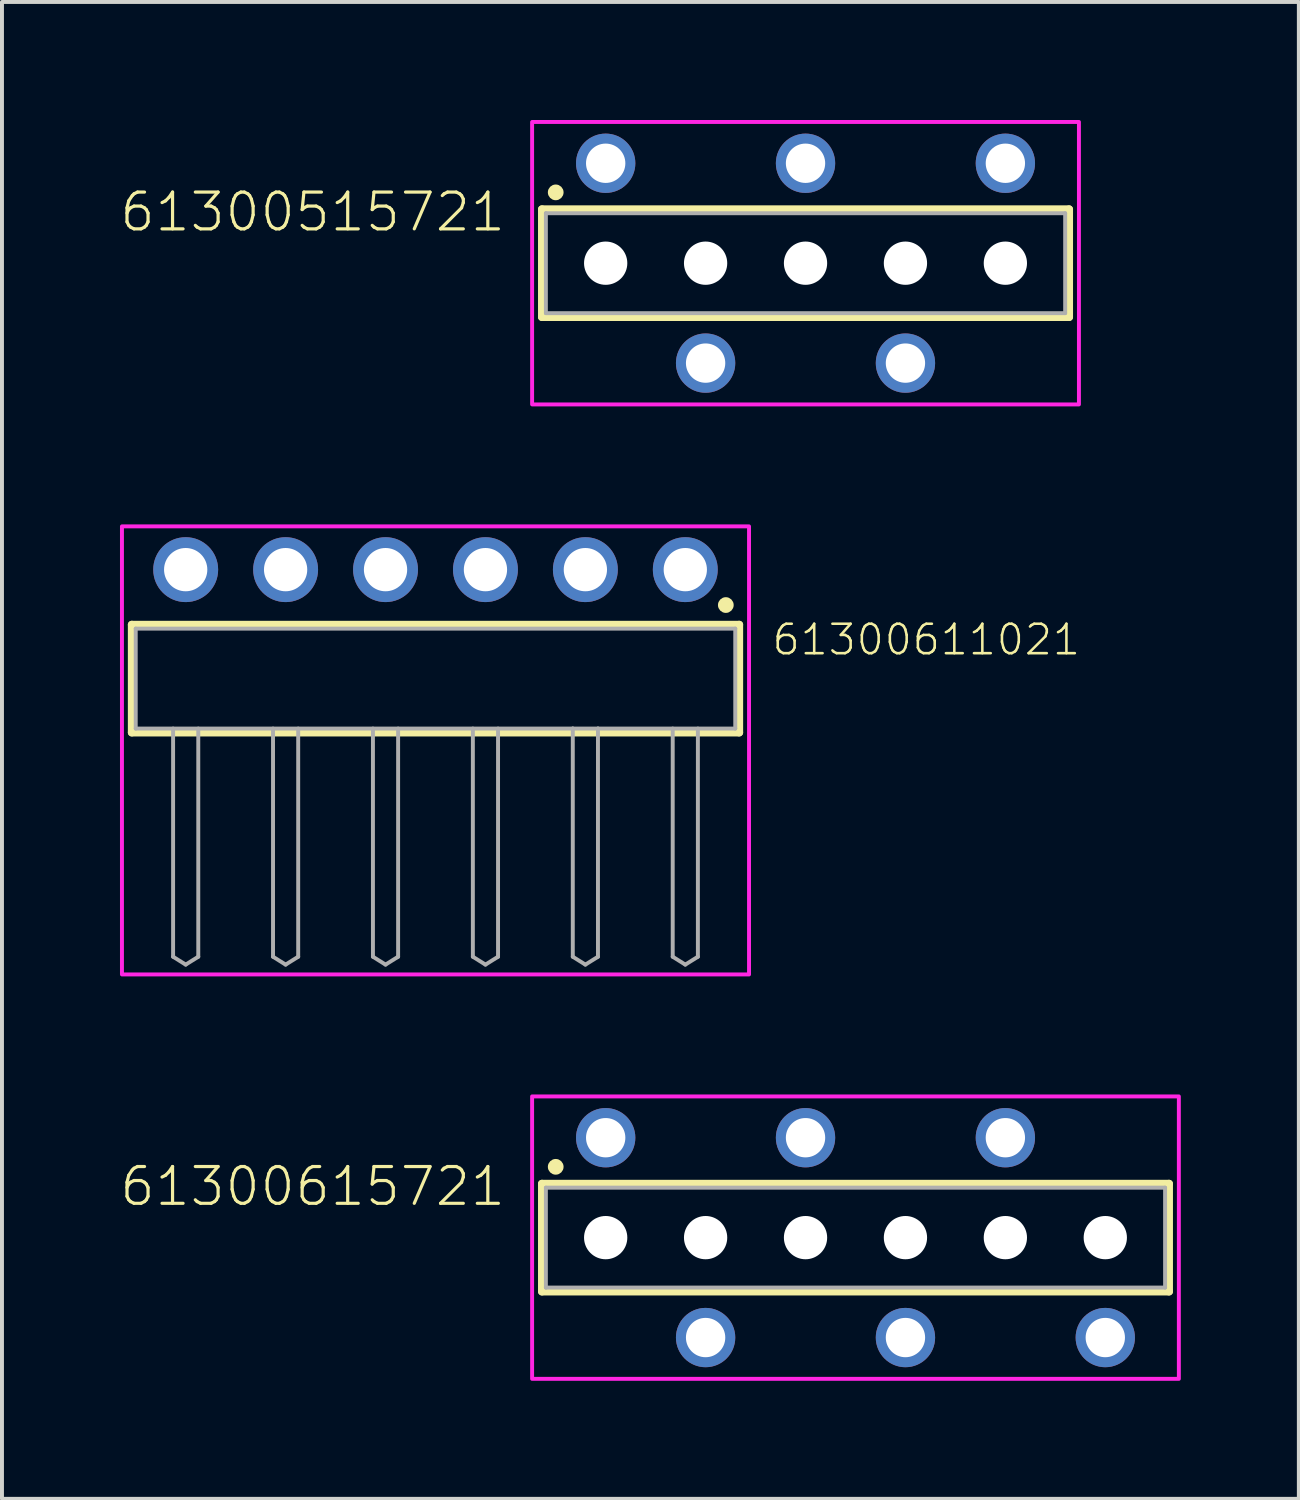
<source format=kicad_pcb>
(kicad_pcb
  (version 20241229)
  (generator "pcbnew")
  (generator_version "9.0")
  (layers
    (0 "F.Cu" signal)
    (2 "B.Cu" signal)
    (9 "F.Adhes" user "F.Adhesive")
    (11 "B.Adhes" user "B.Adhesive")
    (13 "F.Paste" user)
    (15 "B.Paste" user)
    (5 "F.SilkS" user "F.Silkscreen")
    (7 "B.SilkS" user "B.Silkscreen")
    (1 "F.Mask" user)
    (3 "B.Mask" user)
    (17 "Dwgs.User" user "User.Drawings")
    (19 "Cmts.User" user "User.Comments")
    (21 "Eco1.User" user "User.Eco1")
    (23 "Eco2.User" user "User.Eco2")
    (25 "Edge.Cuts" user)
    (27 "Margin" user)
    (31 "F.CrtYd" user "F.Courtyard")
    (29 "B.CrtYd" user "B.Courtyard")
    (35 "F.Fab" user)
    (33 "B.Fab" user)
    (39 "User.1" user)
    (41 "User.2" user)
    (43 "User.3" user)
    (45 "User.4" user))
  (footprint "61300515721"
    (layer "F.Cu")
    (at 17.426 3.64)
    (property "Reference" "61300515721" (at -7.577 -0.754 0) (unlocked yes) (layer "F.SilkS") (effects (font (size 0.935 0.935) (thickness 0.081)) (justify right bottom)))
    (fp_line (start -6.7 -1.37) (end 6.7 -1.37) (stroke (width 0.2) (type solid)) (layer "F.SilkS"))
    (fp_line (start -6.7 1.37) (end -6.7 -1.37) (stroke (width 0.2) (type solid)) (layer "F.SilkS"))
    (fp_line (start 6.7 -1.37) (end 6.7 1.37) (stroke (width 0.2) (type solid)) (layer "F.SilkS"))
    (fp_line (start 6.7 1.37) (end -6.7 1.37) (stroke (width 0.2) (type solid)) (layer "F.SilkS"))
    (fp_circle (center -6.35 -1.8) (end -6.25 -1.8) (stroke (width 0.2) (type solid)) (fill no) (layer "F.SilkS"))
    (fp_poly (pts (xy 6.95 3.59) (xy -6.95 3.59) (xy -6.95 -3.59) (xy 6.95 -3.59)) (stroke (width 0.1) (type default)) (fill no) (layer "F.CrtYd"))
    (fp_line (start -6.6 -1.27) (end 6.6 -1.27) (stroke (width 0.1) (type solid)) (layer "F.Fab"))
    (fp_line (start -6.6 1.27) (end -6.6 -1.27) (stroke (width 0.1) (type solid)) (layer "F.Fab"))
    (fp_line (start 6.6 -1.27) (end 6.6 1.27) (stroke (width 0.1) (type solid)) (layer "F.Fab"))
    (fp_line (start 6.6 1.27) (end -6.6 1.27) (stroke (width 0.1) (type solid)) (layer "F.Fab"))
    (pad "" np_thru_hole circle (at -5.08 0) (size 1.1 1.1) (drill 1.1) (layers "*.Cu" "*.Mask"))
    (pad "" np_thru_hole circle (at -2.54 0) (size 1.1 1.1) (drill 1.1) (layers "*.Cu" "*.Mask"))
    (pad "" np_thru_hole circle (at 0 0) (size 1.1 1.1) (drill 1.1) (layers "*.Cu" "*.Mask"))
    (pad "" np_thru_hole circle (at 2.54 0) (size 1.1 1.1) (drill 1.1) (layers "*.Cu" "*.Mask"))
    (pad "" np_thru_hole circle (at 5.08 0) (size 1.1 1.1) (drill 1.1) (layers "*.Cu" "*.Mask"))
    (pad "1" thru_hole circle (at -5.08 -2.54) (size 1.508 1.508) (drill 1) (layers "*.Cu" "*.Mask"))
    (pad "2" thru_hole circle (at -2.54 2.54) (size 1.508 1.508) (drill 1) (layers "*.Cu" "*.Mask"))
    (pad "3" thru_hole circle (at 0 -2.54) (size 1.508 1.508) (drill 1) (layers "*.Cu" "*.Mask"))
    (pad "4" thru_hole circle (at 2.54 2.54) (size 1.508 1.508) (drill 1) (layers "*.Cu" "*.Mask"))
    (pad "5" thru_hole circle (at 5.08 -2.54) (size 1.508 1.508) (drill 1) (layers "*.Cu" "*.Mask")))
  (footprint "61300615721"
    (layer "F.Cu")
    (at 18.696 28.41)
    (property "Reference" "61300615721" (at -8.847 -0.754 0) (unlocked yes) (layer "F.SilkS") (effects (font (size 0.935 0.935) (thickness 0.081)) (justify right bottom)))
    (fp_line (start -7.97 -1.37) (end 7.97 -1.37) (stroke (width 0.2) (type solid)) (layer "F.SilkS"))
    (fp_line (start -7.97 1.37) (end -7.97 -1.37) (stroke (width 0.2) (type solid)) (layer "F.SilkS"))
    (fp_line (start 7.97 -1.37) (end 7.97 1.37) (stroke (width 0.2) (type solid)) (layer "F.SilkS"))
    (fp_line (start 7.97 1.37) (end -7.97 1.37) (stroke (width 0.2) (type solid)) (layer "F.SilkS"))
    (fp_circle (center -7.62 -1.8) (end -7.52 -1.8) (stroke (width 0.2) (type solid)) (fill no) (layer "F.SilkS"))
    (fp_poly (pts (xy 8.22 3.59) (xy -8.22 3.59) (xy -8.22 -3.59) (xy 8.22 -3.59)) (stroke (width 0.1) (type default)) (fill no) (layer "F.CrtYd"))
    (fp_line (start -7.87 -1.27) (end 7.87 -1.27) (stroke (width 0.1) (type solid)) (layer "F.Fab"))
    (fp_line (start -7.87 1.27) (end -7.87 -1.27) (stroke (width 0.1) (type solid)) (layer "F.Fab"))
    (fp_line (start 7.87 -1.27) (end 7.87 1.27) (stroke (width 0.1) (type solid)) (layer "F.Fab"))
    (fp_line (start 7.87 1.27) (end -7.87 1.27) (stroke (width 0.1) (type solid)) (layer "F.Fab"))
    (pad "" np_thru_hole circle (at -6.35 0) (size 1.1 1.1) (drill 1.1) (layers "*.Cu" "*.Mask"))
    (pad "" np_thru_hole circle (at -3.81 0) (size 1.1 1.1) (drill 1.1) (layers "*.Cu" "*.Mask"))
    (pad "" np_thru_hole circle (at -1.27 0) (size 1.1 1.1) (drill 1.1) (layers "*.Cu" "*.Mask"))
    (pad "" np_thru_hole circle (at 1.27 0) (size 1.1 1.1) (drill 1.1) (layers "*.Cu" "*.Mask"))
    (pad "" np_thru_hole circle (at 3.81 0) (size 1.1 1.1) (drill 1.1) (layers "*.Cu" "*.Mask"))
    (pad "" np_thru_hole circle (at 6.35 0) (size 1.1 1.1) (drill 1.1) (layers "*.Cu" "*.Mask"))
    (pad "1" thru_hole circle (at -6.35 -2.54) (size 1.508 1.508) (drill 1) (layers "*.Cu" "*.Mask"))
    (pad "2" thru_hole circle (at -3.81 2.54) (size 1.508 1.508) (drill 1) (layers "*.Cu" "*.Mask"))
    (pad "3" thru_hole circle (at -1.27 -2.54) (size 1.508 1.508) (drill 1) (layers "*.Cu" "*.Mask"))
    (pad "4" thru_hole circle (at 1.27 2.54) (size 1.508 1.508) (drill 1) (layers "*.Cu" "*.Mask"))
    (pad "5" thru_hole circle (at 3.81 -2.54) (size 1.508 1.508) (drill 1) (layers "*.Cu" "*.Mask"))
    (pad "6" thru_hole circle (at 6.35 2.54) (size 1.508 1.508) (drill 1) (layers "*.Cu" "*.Mask")))
  (footprint "61300611021"
    (layer "F.Cu")
    (at 8.02 14.2)
    (property "Reference" "61300611021" (at 8.515 -0.552 0) (unlocked yes) (layer "F.SilkS") (effects (font (size 0.748 0.748) (thickness 0.065)) (justify left bottom)))
    (fp_line (start -7.72 -1.37) (end 7.72 -1.37) (stroke (width 0.2) (type solid)) (layer "F.SilkS"))
    (fp_line (start -7.72 1.37) (end -7.72 -1.37) (stroke (width 0.2) (type solid)) (layer "F.SilkS"))
    (fp_line (start 7.72 -1.37) (end 7.72 1.37) (stroke (width 0.2) (type solid)) (layer "F.SilkS"))
    (fp_line (start 7.72 1.37) (end -7.72 1.37) (stroke (width 0.2) (type solid)) (layer "F.SilkS"))
    (fp_circle (center 7.38 -1.87) (end 7.48 -1.87) (stroke (width 0.2) (type solid)) (fill no) (layer "F.SilkS"))
    (fp_poly (pts (xy 7.97 7.52) (xy -7.97 7.52) (xy -7.97 -3.87) (xy 7.97 -3.87)) (stroke (width 0.1) (type default)) (fill no) (layer "F.CrtYd"))
    (fp_line (start -7.62 -1.27) (end 7.62 -1.27) (stroke (width 0.1) (type solid)) (layer "F.Fab"))
    (fp_line (start -7.62 1.27) (end -7.62 -1.27) (stroke (width 0.1) (type solid)) (layer "F.Fab"))
    (fp_line (start -6.67 1.27) (end -6.67 7.07) (stroke (width 0.1) (type solid)) (layer "F.Fab"))
    (fp_line (start -6.67 7.07) (end -6.35 7.27) (stroke (width 0.1) (type solid)) (layer "F.Fab"))
    (fp_line (start -6.35 7.27) (end -6.03 7.07) (stroke (width 0.1) (type solid)) (layer "F.Fab"))
    (fp_line (start -6.03 1.27) (end -6.03 7.07) (stroke (width 0.1) (type solid)) (layer "F.Fab"))
    (fp_line (start -4.13 1.27) (end -4.13 7.07) (stroke (width 0.1) (type solid)) (layer "F.Fab"))
    (fp_line (start -4.13 7.07) (end -3.81 7.27) (stroke (width 0.1) (type solid)) (layer "F.Fab"))
    (fp_line (start -3.81 7.27) (end -3.49 7.07) (stroke (width 0.1) (type solid)) (layer "F.Fab"))
    (fp_line (start -3.49 1.27) (end -3.49 7.07) (stroke (width 0.1) (type solid)) (layer "F.Fab"))
    (fp_line (start -1.59 1.27) (end -1.59 7.07) (stroke (width 0.1) (type solid)) (layer "F.Fab"))
    (fp_line (start -1.59 7.07) (end -1.27 7.27) (stroke (width 0.1) (type solid)) (layer "F.Fab"))
    (fp_line (start -1.27 7.27) (end -0.95 7.07) (stroke (width 0.1) (type solid)) (layer "F.Fab"))
    (fp_line (start -0.95 1.27) (end -0.95 7.07) (stroke (width 0.1) (type solid)) (layer "F.Fab"))
    (fp_line (start 0.95 1.27) (end 0.95 7.07) (stroke (width 0.1) (type solid)) (layer "F.Fab"))
    (fp_line (start 0.95 7.07) (end 1.27 7.27) (stroke (width 0.1) (type solid)) (layer "F.Fab"))
    (fp_line (start 1.27 7.27) (end 1.59 7.07) (stroke (width 0.1) (type solid)) (layer "F.Fab"))
    (fp_line (start 1.59 1.27) (end 1.59 7.07) (stroke (width 0.1) (type solid)) (layer "F.Fab"))
    (fp_line (start 3.49 1.27) (end -7.62 1.27) (stroke (width 0.1) (type solid)) (layer "F.Fab"))
    (fp_line (start 3.49 1.27) (end 3.49 7.07) (stroke (width 0.1) (type solid)) (layer "F.Fab"))
    (fp_line (start 3.49 7.07) (end 3.81 7.27) (stroke (width 0.1) (type solid)) (layer "F.Fab"))
    (fp_line (start 3.81 7.27) (end 4.13 7.07) (stroke (width 0.1) (type solid)) (layer "F.Fab"))
    (fp_line (start 4.13 1.27) (end 3.49 1.27) (stroke (width 0.1) (type solid)) (layer "F.Fab"))
    (fp_line (start 4.13 1.27) (end 4.13 7.07) (stroke (width 0.1) (type solid)) (layer "F.Fab"))
    (fp_line (start 6.03 1.27) (end 6.03 7.07) (stroke (width 0.1) (type solid)) (layer "F.Fab"))
    (fp_line (start 6.03 7.07) (end 6.35 7.27) (stroke (width 0.1) (type solid)) (layer "F.Fab"))
    (fp_line (start 6.35 7.27) (end 6.67 7.07) (stroke (width 0.1) (type solid)) (layer "F.Fab"))
    (fp_line (start 6.67 1.27) (end 6.67 7.07) (stroke (width 0.1) (type solid)) (layer "F.Fab"))
    (fp_line (start 7.62 -1.27) (end 7.62 1.27) (stroke (width 0.1) (type solid)) (layer "F.Fab"))
    (fp_line (start 7.62 1.27) (end 4.13 1.27) (stroke (width 0.1) (type solid)) (layer "F.Fab"))
    (pad "1" thru_hole circle (at 6.35 -2.77 180) (size 1.65 1.65) (drill 1.1) (layers "*.Cu" "*.Mask"))
    (pad "2" thru_hole circle (at 3.81 -2.77 180) (size 1.65 1.65) (drill 1.1) (layers "*.Cu" "*.Mask"))
    (pad "3" thru_hole circle (at 1.27 -2.77 180) (size 1.65 1.65) (drill 1.1) (layers "*.Cu" "*.Mask"))
    (pad "4" thru_hole circle (at -1.27 -2.77 180) (size 1.65 1.65) (drill 1.1) (layers "*.Cu" "*.Mask"))
    (pad "5" thru_hole circle (at -3.81 -2.77 180) (size 1.65 1.65) (drill 1.1) (layers "*.Cu" "*.Mask"))
    (pad "6" thru_hole circle (at -6.35 -2.77 180) (size 1.65 1.65) (drill 1.1) (layers "*.Cu" "*.Mask")))
  (gr_rect
    (start -3 -3)
    (end 29.966 35.05)
    (stroke (width 0.1) (type default))
    (fill no)
    (layer "Edge.Cuts")))
</source>
